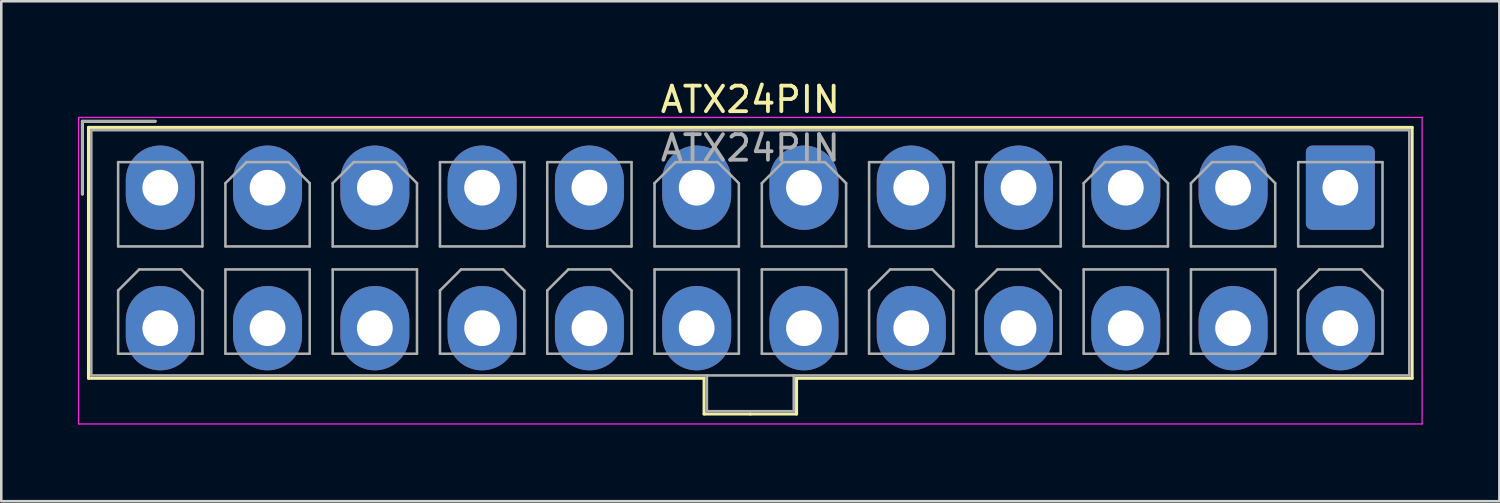
<source format=kicad_pcb>
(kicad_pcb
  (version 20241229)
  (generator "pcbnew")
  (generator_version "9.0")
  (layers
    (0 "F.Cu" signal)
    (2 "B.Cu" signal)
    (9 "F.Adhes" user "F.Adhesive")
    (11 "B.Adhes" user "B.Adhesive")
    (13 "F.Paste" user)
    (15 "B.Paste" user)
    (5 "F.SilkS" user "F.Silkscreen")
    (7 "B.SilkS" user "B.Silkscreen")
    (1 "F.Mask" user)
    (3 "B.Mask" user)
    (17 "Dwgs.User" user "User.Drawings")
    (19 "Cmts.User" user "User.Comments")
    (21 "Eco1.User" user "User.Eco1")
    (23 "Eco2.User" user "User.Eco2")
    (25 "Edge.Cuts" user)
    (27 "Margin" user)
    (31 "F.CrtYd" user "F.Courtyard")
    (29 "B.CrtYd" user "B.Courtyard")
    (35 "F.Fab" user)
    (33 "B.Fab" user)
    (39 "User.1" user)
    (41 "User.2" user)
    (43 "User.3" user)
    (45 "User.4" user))
  (footprint "ATX24PIN"
    (layer "F.Cu")
    (at 3.225 4.298)
    (property "Reference" "ATX24PIN" (at 23.1 -3.45 0) (layer "F.SilkS") (effects (font (size 1 1) (thickness 0.15))))
    (attr through_hole)
    (fp_line (start -3.05 -2.6) (end -3.05 0.25) (stroke (width 0.12) (type solid)) (layer "F.SilkS"))
    (fp_line (start -2.81 -2.36) (end -2.81 7.46) (stroke (width 0.12) (type solid)) (layer "F.SilkS"))
    (fp_line (start -2.81 7.46) (end 21.29 7.46) (stroke (width 0.12) (type solid)) (layer "F.SilkS"))
    (fp_line (start -0.2 -2.6) (end -3.05 -2.6) (stroke (width 0.12) (type solid)) (layer "F.SilkS"))
    (fp_line (start 21.29 7.46) (end 21.29 8.86) (stroke (width 0.12) (type solid)) (layer "F.SilkS"))
    (fp_line (start 21.29 8.86) (end 23.1 8.86) (stroke (width 0.12) (type solid)) (layer "F.SilkS"))
    (fp_line (start 23.1 -2.36) (end -2.81 -2.36) (stroke (width 0.12) (type solid)) (layer "F.SilkS"))
    (fp_line (start 23.1 -2.36) (end 49.01 -2.36) (stroke (width 0.12) (type solid)) (layer "F.SilkS"))
    (fp_line (start 24.91 7.46) (end 24.91 8.86) (stroke (width 0.12) (type solid)) (layer "F.SilkS"))
    (fp_line (start 24.91 8.86) (end 23.1 8.86) (stroke (width 0.12) (type solid)) (layer "F.SilkS"))
    (fp_line (start 49.01 -2.36) (end 49.01 7.46) (stroke (width 0.12) (type solid)) (layer "F.SilkS"))
    (fp_line (start 49.01 7.46) (end 24.91 7.46) (stroke (width 0.12) (type solid)) (layer "F.SilkS"))
    (fp_line (start -3.2 -2.75) (end -3.2 9.25) (stroke (width 0.05) (type solid)) (layer "F.CrtYd"))
    (fp_line (start -3.2 9.25) (end 49.4 9.25) (stroke (width 0.05) (type solid)) (layer "F.CrtYd"))
    (fp_line (start 49.4 -2.75) (end -3.2 -2.75) (stroke (width 0.05) (type solid)) (layer "F.CrtYd"))
    (fp_line (start 49.4 9.25) (end 49.4 -2.75) (stroke (width 0.05) (type solid)) (layer "F.CrtYd"))
    (fp_line (start -3.05 -2.6) (end -3.05 0.25) (stroke (width 0.1) (type solid)) (layer "F.Fab"))
    (fp_line (start -2.7 -2.25) (end -2.7 7.35) (stroke (width 0.1) (type solid)) (layer "F.Fab"))
    (fp_line (start -2.7 7.35) (end 48.9 7.35) (stroke (width 0.1) (type solid)) (layer "F.Fab"))
    (fp_line (start -1.65 -1) (end -1.65 2.3) (stroke (width 0.1) (type solid)) (layer "F.Fab"))
    (fp_line (start -1.65 2.3) (end 1.65 2.3) (stroke (width 0.1) (type solid)) (layer "F.Fab"))
    (fp_line (start -1.65 4.025) (end -0.825 3.2) (stroke (width 0.1) (type solid)) (layer "F.Fab"))
    (fp_line (start -1.65 6.5) (end -1.65 4.025) (stroke (width 0.1) (type solid)) (layer "F.Fab"))
    (fp_line (start -0.825 3.2) (end 0.825 3.2) (stroke (width 0.1) (type solid)) (layer "F.Fab"))
    (fp_line (start -0.2 -2.6) (end -3.05 -2.6) (stroke (width 0.1) (type solid)) (layer "F.Fab"))
    (fp_line (start 0.825 3.2) (end 1.65 4.025) (stroke (width 0.1) (type solid)) (layer "F.Fab"))
    (fp_line (start 1.65 -1) (end -1.65 -1) (stroke (width 0.1) (type solid)) (layer "F.Fab"))
    (fp_line (start 1.65 2.3) (end 1.65 -1) (stroke (width 0.1) (type solid)) (layer "F.Fab"))
    (fp_line (start 1.65 4.025) (end 1.65 6.5) (stroke (width 0.1) (type solid)) (layer "F.Fab"))
    (fp_line (start 1.65 6.5) (end -1.65 6.5) (stroke (width 0.1) (type solid)) (layer "F.Fab"))
    (fp_line (start 2.55 -0.175) (end 3.375 -1) (stroke (width 0.1) (type solid)) (layer "F.Fab"))
    (fp_line (start 2.55 2.3) (end 2.55 -0.175) (stroke (width 0.1) (type solid)) (layer "F.Fab"))
    (fp_line (start 2.55 3.2) (end 2.55 6.5) (stroke (width 0.1) (type solid)) (layer "F.Fab"))
    (fp_line (start 2.55 6.5) (end 5.85 6.5) (stroke (width 0.1) (type solid)) (layer "F.Fab"))
    (fp_line (start 3.375 -1) (end 5.025 -1) (stroke (width 0.1) (type solid)) (layer "F.Fab"))
    (fp_line (start 5.025 -1) (end 5.85 -0.175) (stroke (width 0.1) (type solid)) (layer "F.Fab"))
    (fp_line (start 5.85 -0.175) (end 5.85 2.3) (stroke (width 0.1) (type solid)) (layer "F.Fab"))
    (fp_line (start 5.85 2.3) (end 2.55 2.3) (stroke (width 0.1) (type solid)) (layer "F.Fab"))
    (fp_line (start 5.85 3.2) (end 2.55 3.2) (stroke (width 0.1) (type solid)) (layer "F.Fab"))
    (fp_line (start 5.85 6.5) (end 5.85 3.2) (stroke (width 0.1) (type solid)) (layer "F.Fab"))
    (fp_line (start 6.75 -0.175) (end 7.575 -1) (stroke (width 0.1) (type solid)) (layer "F.Fab"))
    (fp_line (start 6.75 2.3) (end 6.75 -0.175) (stroke (width 0.1) (type solid)) (layer "F.Fab"))
    (fp_line (start 6.75 3.2) (end 6.75 6.5) (stroke (width 0.1) (type solid)) (layer "F.Fab"))
    (fp_line (start 6.75 6.5) (end 10.05 6.5) (stroke (width 0.1) (type solid)) (layer "F.Fab"))
    (fp_line (start 7.575 -1) (end 9.225 -1) (stroke (width 0.1) (type solid)) (layer "F.Fab"))
    (fp_line (start 9.225 -1) (end 10.05 -0.175) (stroke (width 0.1) (type solid)) (layer "F.Fab"))
    (fp_line (start 10.05 -0.175) (end 10.05 2.3) (stroke (width 0.1) (type solid)) (layer "F.Fab"))
    (fp_line (start 10.05 2.3) (end 6.75 2.3) (stroke (width 0.1) (type solid)) (layer "F.Fab"))
    (fp_line (start 10.05 3.2) (end 6.75 3.2) (stroke (width 0.1) (type solid)) (layer "F.Fab"))
    (fp_line (start 10.05 6.5) (end 10.05 3.2) (stroke (width 0.1) (type solid)) (layer "F.Fab"))
    (fp_line (start 10.95 -1) (end 10.95 2.3) (stroke (width 0.1) (type solid)) (layer "F.Fab"))
    (fp_line (start 10.95 2.3) (end 14.25 2.3) (stroke (width 0.1) (type solid)) (layer "F.Fab"))
    (fp_line (start 10.95 4.025) (end 11.775 3.2) (stroke (width 0.1) (type solid)) (layer "F.Fab"))
    (fp_line (start 10.95 6.5) (end 10.95 4.025) (stroke (width 0.1) (type solid)) (layer "F.Fab"))
    (fp_line (start 11.775 3.2) (end 13.425 3.2) (stroke (width 0.1) (type solid)) (layer "F.Fab"))
    (fp_line (start 13.425 3.2) (end 14.25 4.025) (stroke (width 0.1) (type solid)) (layer "F.Fab"))
    (fp_line (start 14.25 -1) (end 10.95 -1) (stroke (width 0.1) (type solid)) (layer "F.Fab"))
    (fp_line (start 14.25 2.3) (end 14.25 -1) (stroke (width 0.1) (type solid)) (layer "F.Fab"))
    (fp_line (start 14.25 4.025) (end 14.25 6.5) (stroke (width 0.1) (type solid)) (layer "F.Fab"))
    (fp_line (start 14.25 6.5) (end 10.95 6.5) (stroke (width 0.1) (type solid)) (layer "F.Fab"))
    (fp_line (start 15.15 -1) (end 15.15 2.3) (stroke (width 0.1) (type solid)) (layer "F.Fab"))
    (fp_line (start 15.15 2.3) (end 18.45 2.3) (stroke (width 0.1) (type solid)) (layer "F.Fab"))
    (fp_line (start 15.15 4.025) (end 15.975 3.2) (stroke (width 0.1) (type solid)) (layer "F.Fab"))
    (fp_line (start 15.15 6.5) (end 15.15 4.025) (stroke (width 0.1) (type solid)) (layer "F.Fab"))
    (fp_line (start 15.975 3.2) (end 17.625 3.2) (stroke (width 0.1) (type solid)) (layer "F.Fab"))
    (fp_line (start 17.625 3.2) (end 18.45 4.025) (stroke (width 0.1) (type solid)) (layer "F.Fab"))
    (fp_line (start 18.45 -1) (end 15.15 -1) (stroke (width 0.1) (type solid)) (layer "F.Fab"))
    (fp_line (start 18.45 2.3) (end 18.45 -1) (stroke (width 0.1) (type solid)) (layer "F.Fab"))
    (fp_line (start 18.45 4.025) (end 18.45 6.5) (stroke (width 0.1) (type solid)) (layer "F.Fab"))
    (fp_line (start 18.45 6.5) (end 15.15 6.5) (stroke (width 0.1) (type solid)) (layer "F.Fab"))
    (fp_line (start 19.35 -0.175) (end 20.175 -1) (stroke (width 0.1) (type solid)) (layer "F.Fab"))
    (fp_line (start 19.35 2.3) (end 19.35 -0.175) (stroke (width 0.1) (type solid)) (layer "F.Fab"))
    (fp_line (start 19.35 3.2) (end 19.35 6.5) (stroke (width 0.1) (type solid)) (layer "F.Fab"))
    (fp_line (start 19.35 6.5) (end 22.65 6.5) (stroke (width 0.1) (type solid)) (layer "F.Fab"))
    (fp_line (start 20.175 -1) (end 21.825 -1) (stroke (width 0.1) (type solid)) (layer "F.Fab"))
    (fp_line (start 21.4 7.35) (end 21.4 8.75) (stroke (width 0.1) (type solid)) (layer "F.Fab"))
    (fp_line (start 21.4 8.75) (end 24.8 8.75) (stroke (width 0.1) (type solid)) (layer "F.Fab"))
    (fp_line (start 21.825 -1) (end 22.65 -0.175) (stroke (width 0.1) (type solid)) (layer "F.Fab"))
    (fp_line (start 22.65 -0.175) (end 22.65 2.3) (stroke (width 0.1) (type solid)) (layer "F.Fab"))
    (fp_line (start 22.65 2.3) (end 19.35 2.3) (stroke (width 0.1) (type solid)) (layer "F.Fab"))
    (fp_line (start 22.65 3.2) (end 19.35 3.2) (stroke (width 0.1) (type solid)) (layer "F.Fab"))
    (fp_line (start 22.65 6.5) (end 22.65 3.2) (stroke (width 0.1) (type solid)) (layer "F.Fab"))
    (fp_line (start 23.55 -0.175) (end 24.375 -1) (stroke (width 0.1) (type solid)) (layer "F.Fab"))
    (fp_line (start 23.55 2.3) (end 23.55 -0.175) (stroke (width 0.1) (type solid)) (layer "F.Fab"))
    (fp_line (start 23.55 3.2) (end 23.55 6.5) (stroke (width 0.1) (type solid)) (layer "F.Fab"))
    (fp_line (start 23.55 6.5) (end 26.85 6.5) (stroke (width 0.1) (type solid)) (layer "F.Fab"))
    (fp_line (start 24.375 -1) (end 26.025 -1) (stroke (width 0.1) (type solid)) (layer "F.Fab"))
    (fp_line (start 24.8 8.75) (end 24.8 7.35) (stroke (width 0.1) (type solid)) (layer "F.Fab"))
    (fp_line (start 26.025 -1) (end 26.85 -0.175) (stroke (width 0.1) (type solid)) (layer "F.Fab"))
    (fp_line (start 26.85 -0.175) (end 26.85 2.3) (stroke (width 0.1) (type solid)) (layer "F.Fab"))
    (fp_line (start 26.85 2.3) (end 23.55 2.3) (stroke (width 0.1) (type solid)) (layer "F.Fab"))
    (fp_line (start 26.85 3.2) (end 23.55 3.2) (stroke (width 0.1) (type solid)) (layer "F.Fab"))
    (fp_line (start 26.85 6.5) (end 26.85 3.2) (stroke (width 0.1) (type solid)) (layer "F.Fab"))
    (fp_line (start 27.75 -1) (end 27.75 2.3) (stroke (width 0.1) (type solid)) (layer "F.Fab"))
    (fp_line (start 27.75 2.3) (end 31.05 2.3) (stroke (width 0.1) (type solid)) (layer "F.Fab"))
    (fp_line (start 27.75 4.025) (end 28.575 3.2) (stroke (width 0.1) (type solid)) (layer "F.Fab"))
    (fp_line (start 27.75 6.5) (end 27.75 4.025) (stroke (width 0.1) (type solid)) (layer "F.Fab"))
    (fp_line (start 28.575 3.2) (end 30.225 3.2) (stroke (width 0.1) (type solid)) (layer "F.Fab"))
    (fp_line (start 30.225 3.2) (end 31.05 4.025) (stroke (width 0.1) (type solid)) (layer "F.Fab"))
    (fp_line (start 31.05 -1) (end 27.75 -1) (stroke (width 0.1) (type solid)) (layer "F.Fab"))
    (fp_line (start 31.05 2.3) (end 31.05 -1) (stroke (width 0.1) (type solid)) (layer "F.Fab"))
    (fp_line (start 31.05 4.025) (end 31.05 6.5) (stroke (width 0.1) (type solid)) (layer "F.Fab"))
    (fp_line (start 31.05 6.5) (end 27.75 6.5) (stroke (width 0.1) (type solid)) (layer "F.Fab"))
    (fp_line (start 31.95 -1) (end 31.95 2.3) (stroke (width 0.1) (type solid)) (layer "F.Fab"))
    (fp_line (start 31.95 2.3) (end 35.25 2.3) (stroke (width 0.1) (type solid)) (layer "F.Fab"))
    (fp_line (start 31.95 4.025) (end 32.775 3.2) (stroke (width 0.1) (type solid)) (layer "F.Fab"))
    (fp_line (start 31.95 6.5) (end 31.95 4.025) (stroke (width 0.1) (type solid)) (layer "F.Fab"))
    (fp_line (start 32.775 3.2) (end 34.425 3.2) (stroke (width 0.1) (type solid)) (layer "F.Fab"))
    (fp_line (start 34.425 3.2) (end 35.25 4.025) (stroke (width 0.1) (type solid)) (layer "F.Fab"))
    (fp_line (start 35.25 -1) (end 31.95 -1) (stroke (width 0.1) (type solid)) (layer "F.Fab"))
    (fp_line (start 35.25 2.3) (end 35.25 -1) (stroke (width 0.1) (type solid)) (layer "F.Fab"))
    (fp_line (start 35.25 4.025) (end 35.25 6.5) (stroke (width 0.1) (type solid)) (layer "F.Fab"))
    (fp_line (start 35.25 6.5) (end 31.95 6.5) (stroke (width 0.1) (type solid)) (layer "F.Fab"))
    (fp_line (start 36.15 -0.175) (end 36.975 -1) (stroke (width 0.1) (type solid)) (layer "F.Fab"))
    (fp_line (start 36.15 2.3) (end 36.15 -0.175) (stroke (width 0.1) (type solid)) (layer "F.Fab"))
    (fp_line (start 36.15 3.2) (end 36.15 6.5) (stroke (width 0.1) (type solid)) (layer "F.Fab"))
    (fp_line (start 36.15 6.5) (end 39.45 6.5) (stroke (width 0.1) (type solid)) (layer "F.Fab"))
    (fp_line (start 36.975 -1) (end 38.625 -1) (stroke (width 0.1) (type solid)) (layer "F.Fab"))
    (fp_line (start 38.625 -1) (end 39.45 -0.175) (stroke (width 0.1) (type solid)) (layer "F.Fab"))
    (fp_line (start 39.45 -0.175) (end 39.45 2.3) (stroke (width 0.1) (type solid)) (layer "F.Fab"))
    (fp_line (start 39.45 2.3) (end 36.15 2.3) (stroke (width 0.1) (type solid)) (layer "F.Fab"))
    (fp_line (start 39.45 3.2) (end 36.15 3.2) (stroke (width 0.1) (type solid)) (layer "F.Fab"))
    (fp_line (start 39.45 6.5) (end 39.45 3.2) (stroke (width 0.1) (type solid)) (layer "F.Fab"))
    (fp_line (start 40.35 -0.175) (end 41.175 -1) (stroke (width 0.1) (type solid)) (layer "F.Fab"))
    (fp_line (start 40.35 2.3) (end 40.35 -0.175) (stroke (width 0.1) (type solid)) (layer "F.Fab"))
    (fp_line (start 40.35 3.2) (end 40.35 6.5) (stroke (width 0.1) (type solid)) (layer "F.Fab"))
    (fp_line (start 40.35 6.5) (end 43.65 6.5) (stroke (width 0.1) (type solid)) (layer "F.Fab"))
    (fp_line (start 41.175 -1) (end 42.825 -1) (stroke (width 0.1) (type solid)) (layer "F.Fab"))
    (fp_line (start 42.825 -1) (end 43.65 -0.175) (stroke (width 0.1) (type solid)) (layer "F.Fab"))
    (fp_line (start 43.65 -0.175) (end 43.65 2.3) (stroke (width 0.1) (type solid)) (layer "F.Fab"))
    (fp_line (start 43.65 2.3) (end 40.35 2.3) (stroke (width 0.1) (type solid)) (layer "F.Fab"))
    (fp_line (start 43.65 3.2) (end 40.35 3.2) (stroke (width 0.1) (type solid)) (layer "F.Fab"))
    (fp_line (start 43.65 6.5) (end 43.65 3.2) (stroke (width 0.1) (type solid)) (layer "F.Fab"))
    (fp_line (start 44.55 -1) (end 44.55 2.3) (stroke (width 0.1) (type solid)) (layer "F.Fab"))
    (fp_line (start 44.55 2.3) (end 47.85 2.3) (stroke (width 0.1) (type solid)) (layer "F.Fab"))
    (fp_line (start 44.55 4.025) (end 45.375 3.2) (stroke (width 0.1) (type solid)) (layer "F.Fab"))
    (fp_line (start 44.55 6.5) (end 44.55 4.025) (stroke (width 0.1) (type solid)) (layer "F.Fab"))
    (fp_line (start 45.375 3.2) (end 47.025 3.2) (stroke (width 0.1) (type solid)) (layer "F.Fab"))
    (fp_line (start 47.025 3.2) (end 47.85 4.025) (stroke (width 0.1) (type solid)) (layer "F.Fab"))
    (fp_line (start 47.85 -1) (end 44.55 -1) (stroke (width 0.1) (type solid)) (layer "F.Fab"))
    (fp_line (start 47.85 2.3) (end 47.85 -1) (stroke (width 0.1) (type solid)) (layer "F.Fab"))
    (fp_line (start 47.85 4.025) (end 47.85 6.5) (stroke (width 0.1) (type solid)) (layer "F.Fab"))
    (fp_line (start 47.85 6.5) (end 44.55 6.5) (stroke (width 0.1) (type solid)) (layer "F.Fab"))
    (fp_line (start 48.9 -2.25) (end -2.7 -2.25) (stroke (width 0.1) (type solid)) (layer "F.Fab"))
    (fp_line (start 48.9 7.35) (end 48.9 -2.25) (stroke (width 0.1) (type solid)) (layer "F.Fab"))
    (fp_text user "${REFERENCE}" (at 23.1 -1.55 0) (layer "F.Fab") (effects (font (size 1 1) (thickness 0.15))))
    (pad "+3V3_1" thru_hole roundrect (at 46.2 0) (size 2.7 3.3) (drill 1.4) (layers "*.Cu" "*.Mask") (roundrect_rratio 0.093))
    (pad "+3V3_2" thru_hole oval (at 42 0) (size 2.7 3.3) (drill 1.4) (layers "*.Cu" "*.Mask"))
    (pad "+3V3_12" thru_hole oval (at 0 0) (size 2.7 3.3) (drill 1.4) (layers "*.Cu" "*.Mask"))
    (pad "+3V3_13" thru_hole oval (at 46.2 5.5) (size 2.7 3.3) (drill 1.4) (layers "*.Cu" "*.Mask"))
    (pad "+5V_4" thru_hole oval (at 33.6 0) (size 2.7 3.3) (drill 1.4) (layers "*.Cu" "*.Mask"))
    (pad "+5V_6" thru_hole oval (at 25.2 0) (size 2.7 3.3) (drill 1.4) (layers "*.Cu" "*.Mask"))
    (pad "+5V_21" thru_hole oval (at 12.6 5.5) (size 2.7 3.3) (drill 1.4) (layers "*.Cu" "*.Mask"))
    (pad "+5V_22" thru_hole oval (at 8.4 5.5) (size 2.7 3.3) (drill 1.4) (layers "*.Cu" "*.Mask"))
    (pad "+5V_23" thru_hole oval (at 4.2 5.5) (size 2.7 3.3) (drill 1.4) (layers "*.Cu" "*.Mask"))
    (pad "+5V_STANDBY_9" thru_hole oval (at 12.6 0) (size 2.7 3.3) (drill 1.4) (layers "*.Cu" "*.Mask"))
    (pad "+12V_10" thru_hole oval (at 8.4 0) (size 2.7 3.3) (drill 1.4) (layers "*.Cu" "*.Mask"))
    (pad "+12V_11" thru_hole oval (at 4.2 0) (size 2.7 3.3) (drill 1.4) (layers "*.Cu" "*.Mask"))
    (pad "-12V_14" thru_hole oval (at 42 5.5) (size 2.7 3.3) (drill 1.4) (layers "*.Cu" "*.Mask"))
    (pad "GND_3" thru_hole oval (at 37.8 0) (size 2.7 3.3) (drill 1.4) (layers "*.Cu" "*.Mask"))
    (pad "GND_5" thru_hole oval (at 29.4 0) (size 2.7 3.3) (drill 1.4) (layers "*.Cu" "*.Mask"))
    (pad "GND_7" thru_hole oval (at 21 0) (size 2.7 3.3) (drill 1.4) (layers "*.Cu" "*.Mask"))
    (pad "GND_15" thru_hole oval (at 37.8 5.5) (size 2.7 3.3) (drill 1.4) (layers "*.Cu" "*.Mask"))
    (pad "GND_17" thru_hole oval (at 29.4 5.5) (size 2.7 3.3) (drill 1.4) (layers "*.Cu" "*.Mask"))
    (pad "GND_18" thru_hole oval (at 25.2 5.5) (size 2.7 3.3) (drill 1.4) (layers "*.Cu" "*.Mask"))
    (pad "GND_19" thru_hole oval (at 21 5.5) (size 2.7 3.3) (drill 1.4) (layers "*.Cu" "*.Mask"))
    (pad "GND_24" thru_hole oval (at 0 5.5) (size 2.7 3.3) (drill 1.4) (layers "*.Cu" "*.Mask"))
    (pad "NC_20" thru_hole oval (at 16.8 5.5) (size 2.7 3.3) (drill 1.4) (layers "*.Cu" "*.Mask"))
    (pad "POWER_GOOD_8" thru_hole oval (at 16.8 0) (size 2.7 3.3) (drill 1.4) (layers "*.Cu" "*.Mask"))
    (pad "PS_ON_16" thru_hole oval (at 33.6 5.5) (size 2.7 3.3) (drill 1.4) (layers "*.Cu" "*.Mask")))
  (gr_rect
    (start -3 -3)
    (end 55.65 16.573)
    (stroke (width 0.1) (type default))
    (fill no)
    (layer "Edge.Cuts")))
</source>
